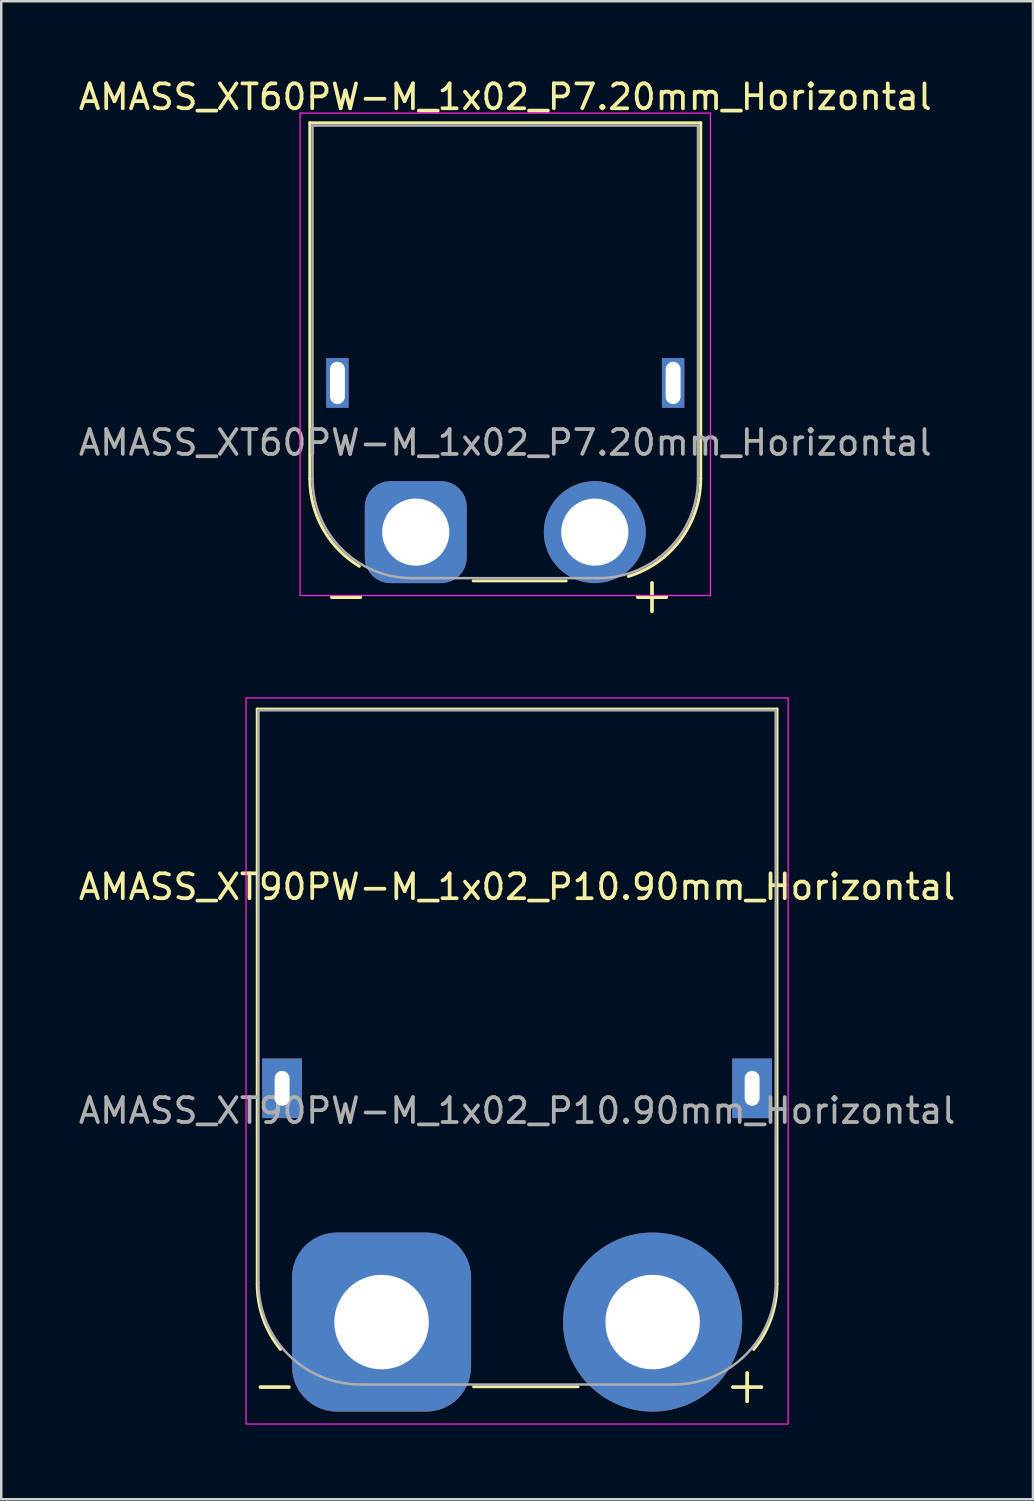
<source format=kicad_pcb>
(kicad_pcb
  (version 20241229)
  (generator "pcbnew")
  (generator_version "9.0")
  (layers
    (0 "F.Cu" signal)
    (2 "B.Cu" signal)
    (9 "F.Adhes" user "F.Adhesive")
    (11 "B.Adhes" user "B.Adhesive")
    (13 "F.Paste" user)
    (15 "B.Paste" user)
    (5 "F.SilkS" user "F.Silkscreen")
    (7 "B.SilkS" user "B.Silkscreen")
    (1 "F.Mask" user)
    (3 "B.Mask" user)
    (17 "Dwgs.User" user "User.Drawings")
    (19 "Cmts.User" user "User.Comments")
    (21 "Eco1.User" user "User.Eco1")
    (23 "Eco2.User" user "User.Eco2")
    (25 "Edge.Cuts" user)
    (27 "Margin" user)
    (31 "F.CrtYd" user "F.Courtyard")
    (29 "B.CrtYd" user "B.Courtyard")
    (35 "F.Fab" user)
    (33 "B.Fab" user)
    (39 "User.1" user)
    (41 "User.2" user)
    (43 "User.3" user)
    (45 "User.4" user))
  (footprint "AMASS_XT60PW-M_1x02_P7.20mm_Horizontal"
    (layer "F.Cu")
    (at 13.668 18.348)
    (property "Reference" "AMASS_XT60PW-M_1x02_P7.20mm_Horizontal" (at 3.6 -17.5 0) (layer "F.SilkS") (effects (font (size 1 1) (thickness 0.15))))
    (attr through_hole)
    (fp_line (start -4.26 -16.46) (end -4.26 -2.15) (stroke (width 0.12) (type solid)) (layer "F.SilkS"))
    (fp_line (start -4.26 -16.46) (end 11.46 -16.46) (stroke (width 0.12) (type solid)) (layer "F.SilkS"))
    (fp_line (start 2.31 1.96) (end 6.05 1.96) (stroke (width 0.12) (type solid)) (layer "F.SilkS"))
    (fp_line (start 11.46 -16.46) (end 11.46 -2.15) (stroke (width 0.12) (type solid)) (layer "F.SilkS"))
    (fp_arc (start -2.266806 1.372958) (mid -3.727162 -0.126139) (end -4.26 -2.15) (stroke (width 0.12) (type solid)) (layer "F.SilkS"))
    (fp_arc (start 11.46 -2.15) (mid 10.653852 0.294722) (end 8.551648 1.780413) (stroke (width 0.12) (type solid)) (layer "F.SilkS"))
    (fp_line (start -4.65 -16.85) (end -4.65 2.55) (stroke (width 0.05) (type solid)) (layer "F.CrtYd"))
    (fp_line (start -4.65 -16.85) (end 11.85 -16.85) (stroke (width 0.05) (type solid)) (layer "F.CrtYd"))
    (fp_line (start 11.85 -16.85) (end 11.85 2.55) (stroke (width 0.05) (type solid)) (layer "F.CrtYd"))
    (fp_line (start 11.85 2.55) (end -4.65 2.55) (stroke (width 0.05) (type solid)) (layer "F.CrtYd"))
    (fp_line (start -4.15 -16.35) (end -4.15 -2.15) (stroke (width 0.1) (type solid)) (layer "F.Fab"))
    (fp_line (start -4.15 -16.35) (end 11.35 -16.35) (stroke (width 0.1) (type solid)) (layer "F.Fab"))
    (fp_line (start -0.15 1.85) (end 7.35 1.85) (stroke (width 0.1) (type solid)) (layer "F.Fab"))
    (fp_line (start 11.35 -16.35) (end 11.35 -2.15) (stroke (width 0.1) (type solid)) (layer "F.Fab"))
    (fp_arc (start -0.15 1.85) (mid -2.978427 0.678427) (end -4.15 -2.15) (stroke (width 0.1) (type solid)) (layer "F.Fab"))
    (fp_arc (start 11.35 -2.15) (mid 10.178427 0.678427) (end 7.35 1.85) (stroke (width 0.1) (type solid)) (layer "F.Fab"))
    (fp_text user "+" (at 9.5 2.5 0) (layer "F.SilkS") (effects (font (size 1.5 1.5) (thickness 0.15))))
    (fp_text user "-" (at -2.8 2.5 0) (layer "F.SilkS") (effects (font (size 1.5 1.5) (thickness 0.15))))
    (fp_text user "${REFERENCE}" (at 3.6 -3.6 0) (layer "F.Fab") (effects (font (size 1 1) (thickness 0.15))))
    (pad "" thru_hole rect (at -3.15 -6) (size 0.9 2) (drill oval 0.6 1.7) (layers "*.Cu" "*.Mask"))
    (pad "" thru_hole rect (at 10.35 -6) (size 0.9 2) (drill oval 0.6 1.7) (layers "*.Cu" "*.Mask"))
    (pad "1" thru_hole roundrect (at 0 0) (size 4.1 4.1) (drill 2.7) (layers "*.Cu" "*.Mask") (roundrect_rratio 0.25))
    (pad "2" thru_hole circle (at 7.2 0) (size 4.1 4.1) (drill 2.7) (layers "*.Cu" "*.Mask")))
  (footprint "AMASS_XT90PW-M_1x02_P10.90mm_Horizontal"
    (layer "F.Cu")
    (at 12.294 50.114)
    (property "Reference" "AMASS_XT90PW-M_1x02_P10.90mm_Horizontal" (at 5.45 -17.5 0) (layer "F.SilkS") (effects (font (size 1 1) (thickness 0.15))))
    (attr through_hole)
    (fp_line (start -5 -24.65) (end -5 -1.523) (stroke (width 0.12) (type solid)) (layer "F.SilkS"))
    (fp_line (start -5 -24.65) (end 15.9 -24.65) (stroke (width 0.12) (type solid)) (layer "F.SilkS"))
    (fp_line (start 3.7 2.6) (end 7.9 2.6) (stroke (width 0.12) (type solid)) (layer "F.SilkS"))
    (fp_line (start 15.9 -24.65) (end 15.9 -1.523) (stroke (width 0.12) (type solid)) (layer "F.SilkS"))
    (fp_arc (start -4.064641 1.1) (mid -4.759165 -0.130585) (end -5 -1.522958) (stroke (width 0.12) (type solid)) (layer "F.SilkS"))
    (fp_arc (start 15.9 -1.522958) (mid 15.659164 -0.130586) (end 14.964641 1.1) (stroke (width 0.12) (type solid)) (layer "F.SilkS"))
    (fp_rect (start -5.45 -25.1) (end 16.35 4.1) (stroke (width 0.05) (type default)) (fill no) (layer "F.CrtYd"))
    (fp_line (start -4.95 -24.6) (end -4.95 -1.59) (stroke (width 0.1) (type solid)) (layer "F.Fab"))
    (fp_line (start -4.95 -24.6) (end 15.85 -24.6) (stroke (width 0.1) (type solid)) (layer "F.Fab"))
    (fp_line (start -0.85 2.51) (end 11.75 2.51) (stroke (width 0.1) (type solid)) (layer "F.Fab"))
    (fp_line (start 15.85 -24.6) (end 15.85 -1.59) (stroke (width 0.1) (type solid)) (layer "F.Fab"))
    (fp_arc (start -0.85 2.51) (mid -3.749138 1.309138) (end -4.95 -1.59) (stroke (width 0.1) (type solid)) (layer "F.Fab"))
    (fp_arc (start 15.85 -1.59) (mid 14.649138 1.309138) (end 11.75 2.51) (stroke (width 0.1) (type solid)) (layer "F.Fab"))
    (fp_text user "+" (at 14.7 2.5 0) (layer "F.SilkS") (effects (font (size 1.5 1.5) (thickness 0.15))))
    (fp_text user "-" (at -4.3 2.5 0) (layer "F.SilkS") (effects (font (size 1.5 1.5) (thickness 0.15))))
    (fp_text user "${REFERENCE}" (at 5.45 -8.5 0) (layer "F.Fab") (effects (font (size 1 1) (thickness 0.15))))
    (pad "1" thru_hole roundrect (at 0 0) (size 7.2 7.2) (drill 3.8) (layers "*.Cu" "*.Mask") (roundrect_rratio 0.25))
    (pad "2" thru_hole circle (at 10.9 0) (size 7.2 7.2) (drill 3.8) (layers "*.Cu" "*.Mask"))
    (pad "MP" thru_hole rect (at -4 -9.4) (size 1.6 2.4) (drill oval 0.6 1.4) (layers "*.Cu" "*.Mask"))
    (pad "MP" thru_hole rect (at 14.9 -9.4) (size 1.6 2.4) (drill oval 0.6 1.4) (layers "*.Cu" "*.Mask")))
  (gr_rect
    (start -3 -3)
    (end 38.488 57.239)
    (stroke (width 0.1) (type default))
    (fill no)
    (layer "Edge.Cuts")))
</source>
